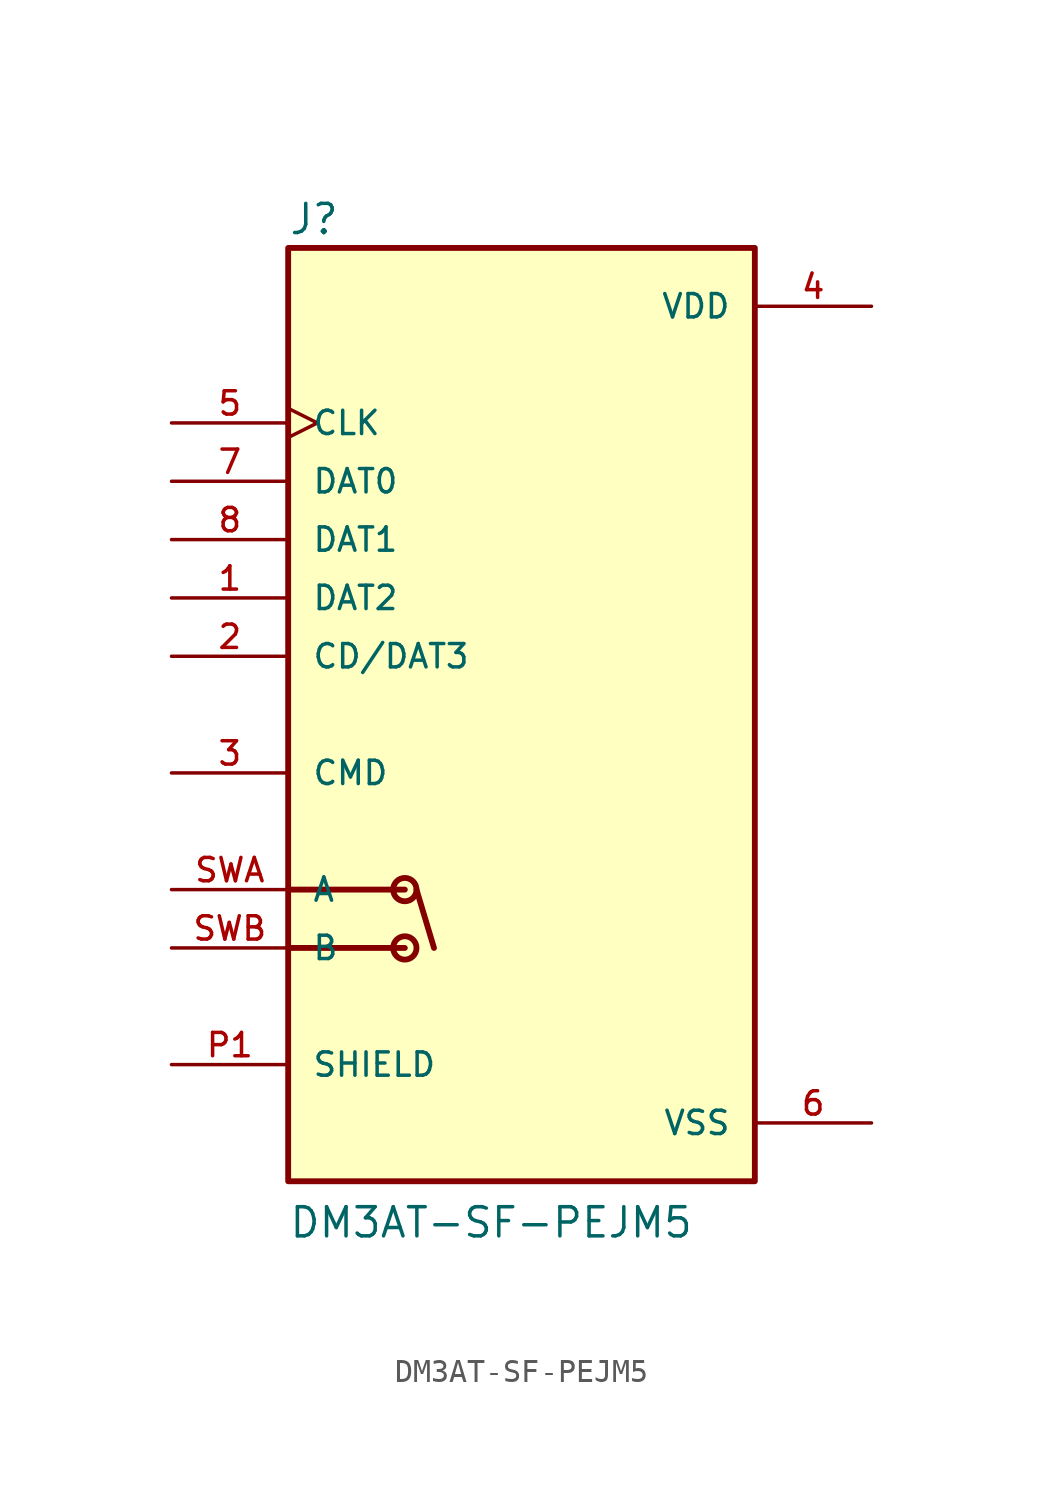
<source format=kicad_sym>
(kicad_symbol_lib
  (version 20211014)
  (generator kicad_symbol_editor)
  (symbol "DM3AT-SF-PEJM5"
    (pin_names
      (offset 1.016))
    (property "Reference" "J"
      (at -10.16 20.828 0)
      (effects (font (size 1.27 1.27)) (justify bottom left)))
    (property "Value" "DM3AT-SF-PEJM5"
      (at -10.16 -22.86 0)
      (effects (font (size 1.27 1.27)) (justify bottom left)))
    (symbol "DM3AT-SF-PEJM5_0_0"
      (polyline (pts (xy -10.16 -7.62) (xy -5.08 -7.62)) (stroke (width 0.254)))
      (polyline (pts (xy -10.16 -10.16) (xy -5.08 -10.16)) (stroke (width 0.254)))
      (circle (center -5.08 -7.62) (radius 0.508) (stroke (width 0.254)) (fill (type none)))
      (circle (center -5.08 -10.16) (radius 0.508) (stroke (width 0.254)) (fill (type none)))
      (polyline (pts (xy -4.572 -7.62) (xy -3.81 -10.16)) (stroke (width 0.254)))
      (rectangle (start -10.16 -20.32) (end 10.16 20.32) (stroke (width 0.254)) (fill (type background)))
      (pin bidirectional line (at -15.24 10.16 0) (length 5.08) (name "DAT0" (effects (font (size 1.016 1.016)))) (number "7" (effects (font (size 1.016 1.016)))))
      (pin bidirectional line (at -15.24 7.62 0) (length 5.08) (name "DAT1" (effects (font (size 1.016 1.016)))) (number "8" (effects (font (size 1.016 1.016)))))
      (pin bidirectional line (at -15.24 5.08 0) (length 5.08) (name "DAT2" (effects (font (size 1.016 1.016)))) (number "1" (effects (font (size 1.016 1.016)))))
      (pin bidirectional line (at -15.24 2.54 0) (length 5.08) (name "CD/DAT3" (effects (font (size 1.016 1.016)))) (number "2" (effects (font (size 1.016 1.016)))))
      (pin bidirectional line (at -15.24 -2.54 0) (length 5.08) (name "CMD" (effects (font (size 1.016 1.016)))) (number "3" (effects (font (size 1.016 1.016)))))
      (pin bidirectional clock (at -15.24 12.7 0) (length 5.08) (name "CLK" (effects (font (size 1.016 1.016)))) (number "5" (effects (font (size 1.016 1.016)))))
      (pin power_in line (at 15.24 17.78 180.0) (length 5.08) (name "VDD" (effects (font (size 1.016 1.016)))) (number "4" (effects (font (size 1.016 1.016)))))
      (pin power_in line (at 15.24 -17.78 180.0) (length 5.08) (name "VSS" (effects (font (size 1.016 1.016)))) (number "6" (effects (font (size 1.016 1.016)))))
      (pin bidirectional line (at -15.24 -7.62 0) (length 5.08) (name "A" (effects (font (size 1.016 1.016)))) (number "SWA" (effects (font (size 1.016 1.016)))))
      (pin bidirectional line (at -15.24 -10.16 0) (length 5.08) (name "B" (effects (font (size 1.016 1.016)))) (number "SWB" (effects (font (size 1.016 1.016)))))
      (pin passive line (at -15.24 -15.24 0) (length 5.08) (name "SHIELD" (effects (font (size 1.016 1.016)))) (number "P1" (effects (font (size 1.016 1.016)))))
      (pin passive line (at -15.24 -15.24 0) (length 5.08) hide (name "SHIELD" (effects (font (size 1.016 1.016)))) (number "P2" (effects (font (size 1.016 1.016)))))
      (pin passive line (at -15.24 -15.24 0) (length 5.08) hide (name "SHIELD" (effects (font (size 1.016 1.016)))) (number "P3" (effects (font (size 1.016 1.016)))))
      (pin passive line (at -15.24 -15.24 0) (length 5.08) hide (name "SHIELD" (effects (font (size 1.016 1.016)))) (number "P4" (effects (font (size 1.016 1.016))))))))
</source>
